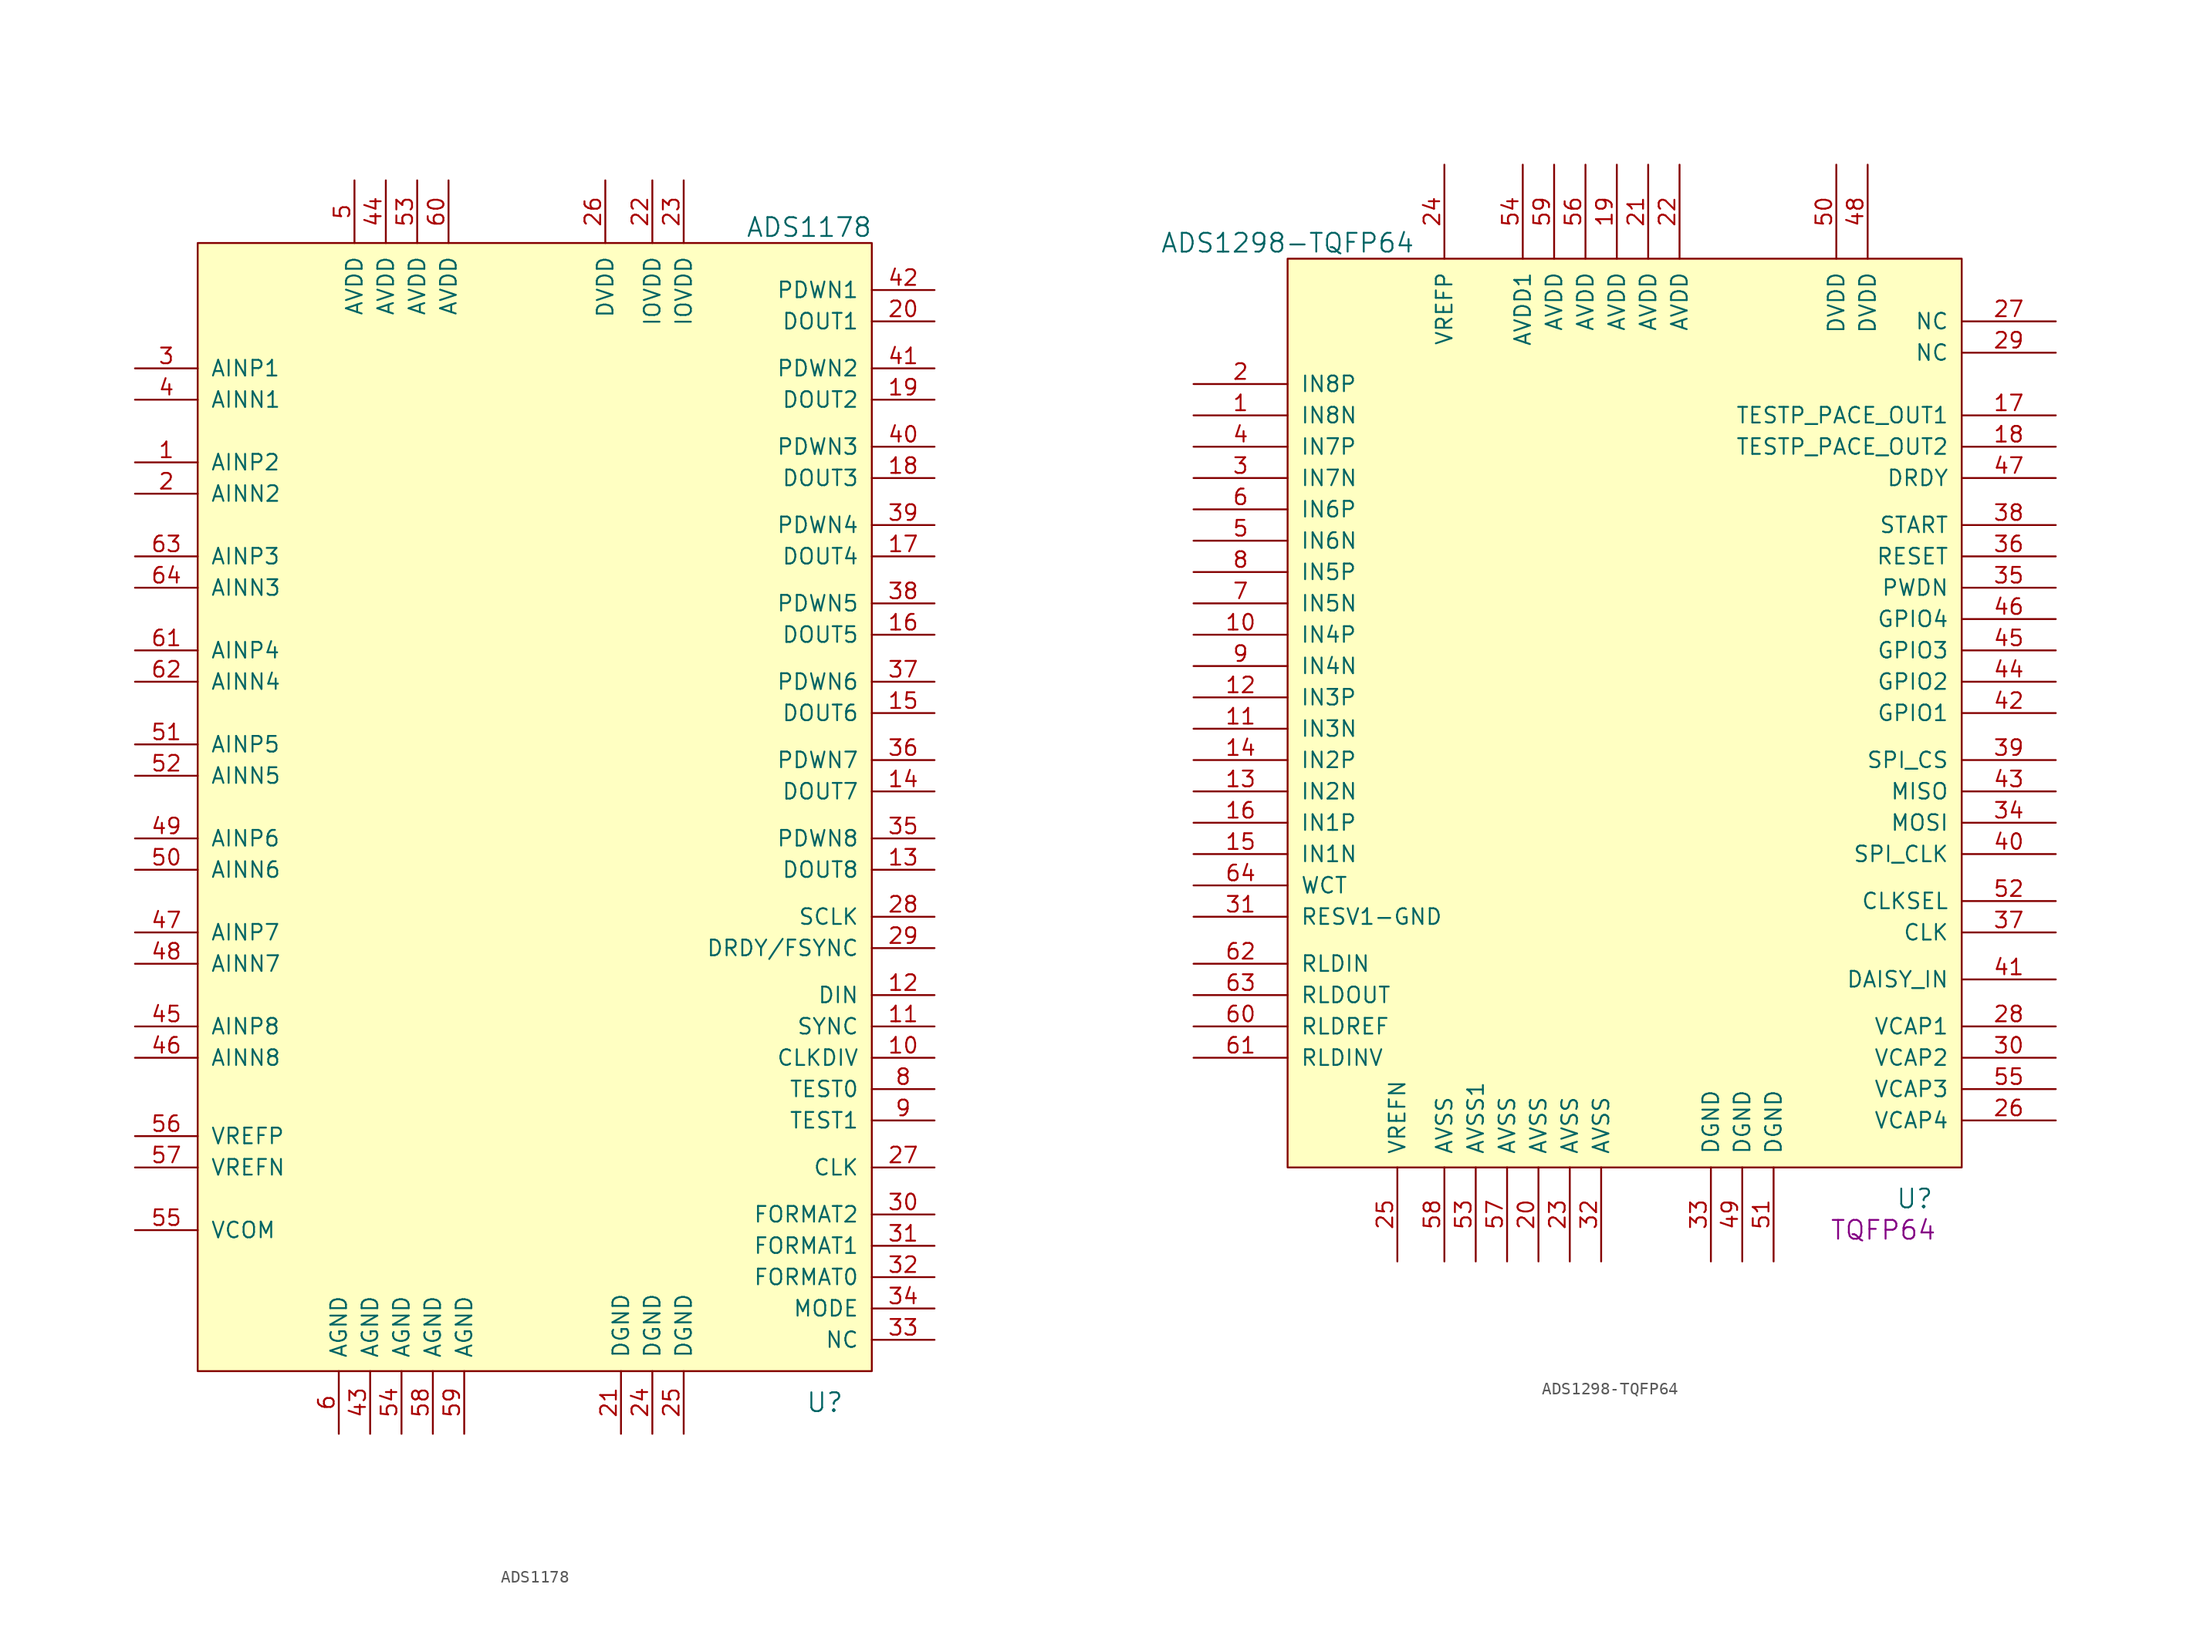
<source format=kicad_sym>
(kicad_symbol_lib
  (version 20211014)
  (generator kicad_symbol_editor)
  (symbol "ADS1178"
    (pin_names
      (offset 1.016))
    (property "Reference" "U"
      (at 25.4 -48.26 0)
      (effects (font (size 1.524 1.524))))
    (property "Value" "ADS1178"
      (at 24.13 46.99 0)
      (effects (font (size 1.524 1.524))))
    (symbol "ADS1178_0_1"
      (rectangle (start -25.4 45.72) (end 29.21 -45.72) (stroke (width 0) (type default) (color 0 0 0 0)) (fill (type background))))
    (symbol "ADS1178_1_1"
      (pin input line (at -30.48 27.94 0) (length 5.08) (name "AINP2" (effects (font (size 1.27 1.27)))) (number "1" (effects (font (size 1.27 1.27)))))
      (pin input line (at 34.29 -20.32 180) (length 5.08) (name "CLKDIV" (effects (font (size 1.27 1.27)))) (number "10" (effects (font (size 1.27 1.27)))))
      (pin input line (at 34.29 -17.78 180) (length 5.08) (name "SYNC" (effects (font (size 1.27 1.27)))) (number "11" (effects (font (size 1.27 1.27)))))
      (pin input line (at 34.29 -15.24 180) (length 5.08) (name "DIN" (effects (font (size 1.27 1.27)))) (number "12" (effects (font (size 1.27 1.27)))))
      (pin output line (at 34.29 -5.08 180) (length 5.08) (name "DOUT8" (effects (font (size 1.27 1.27)))) (number "13" (effects (font (size 1.27 1.27)))))
      (pin output line (at 34.29 1.27 180) (length 5.08) (name "DOUT7" (effects (font (size 1.27 1.27)))) (number "14" (effects (font (size 1.27 1.27)))))
      (pin output line (at 34.29 7.62 180) (length 5.08) (name "DOUT6" (effects (font (size 1.27 1.27)))) (number "15" (effects (font (size 1.27 1.27)))))
      (pin output line (at 34.29 13.97 180) (length 5.08) (name "DOUT5" (effects (font (size 1.27 1.27)))) (number "16" (effects (font (size 1.27 1.27)))))
      (pin input line (at 34.29 20.32 180) (length 5.08) (name "DOUT4" (effects (font (size 1.27 1.27)))) (number "17" (effects (font (size 1.27 1.27)))))
      (pin input line (at 34.29 26.67 180) (length 5.08) (name "DOUT3" (effects (font (size 1.27 1.27)))) (number "18" (effects (font (size 1.27 1.27)))))
      (pin input line (at 34.29 33.02 180) (length 5.08) (name "DOUT2" (effects (font (size 1.27 1.27)))) (number "19" (effects (font (size 1.27 1.27)))))
      (pin input line (at -30.48 25.4 0) (length 5.08) (name "AINN2" (effects (font (size 1.27 1.27)))) (number "2" (effects (font (size 1.27 1.27)))))
      (pin input line (at 34.29 39.37 180) (length 5.08) (name "DOUT1" (effects (font (size 1.27 1.27)))) (number "20" (effects (font (size 1.27 1.27)))))
      (pin input line (at 8.89 -50.8 90) (length 5.08) (name "DGND" (effects (font (size 1.27 1.27)))) (number "21" (effects (font (size 1.27 1.27)))))
      (pin input line (at 11.43 50.8 270) (length 5.08) (name "IOVDD" (effects (font (size 1.27 1.27)))) (number "22" (effects (font (size 1.27 1.27)))))
      (pin input line (at 13.97 50.8 270) (length 5.08) (name "IOVDD" (effects (font (size 1.27 1.27)))) (number "23" (effects (font (size 1.27 1.27)))))
      (pin input line (at 11.43 -50.8 90) (length 5.08) (name "DGND" (effects (font (size 1.27 1.27)))) (number "24" (effects (font (size 1.27 1.27)))))
      (pin input line (at 13.97 -50.8 90) (length 5.08) (name "DGND" (effects (font (size 1.27 1.27)))) (number "25" (effects (font (size 1.27 1.27)))))
      (pin input line (at 7.62 50.8 270) (length 5.08) (name "DVDD" (effects (font (size 1.27 1.27)))) (number "26" (effects (font (size 1.27 1.27)))))
      (pin input line (at 34.29 -29.21 180) (length 5.08) (name "CLK" (effects (font (size 1.27 1.27)))) (number "27" (effects (font (size 1.27 1.27)))))
      (pin input line (at 34.29 -8.89 180) (length 5.08) (name "SCLK" (effects (font (size 1.27 1.27)))) (number "28" (effects (font (size 1.27 1.27)))))
      (pin input line (at 34.29 -11.43 180) (length 5.08) (name "DRDY/FSYNC" (effects (font (size 1.27 1.27)))) (number "29" (effects (font (size 1.27 1.27)))))
      (pin input line (at -30.48 35.56 0) (length 5.08) (name "AINP1" (effects (font (size 1.27 1.27)))) (number "3" (effects (font (size 1.27 1.27)))))
      (pin input line (at 34.29 -33.02 180) (length 5.08) (name "FORMAT2" (effects (font (size 1.27 1.27)))) (number "30" (effects (font (size 1.27 1.27)))))
      (pin input line (at 34.29 -35.56 180) (length 5.08) (name "FORMAT1" (effects (font (size 1.27 1.27)))) (number "31" (effects (font (size 1.27 1.27)))))
      (pin input line (at 34.29 -38.1 180) (length 5.08) (name "FORMAT0" (effects (font (size 1.27 1.27)))) (number "32" (effects (font (size 1.27 1.27)))))
      (pin input line (at 34.29 -43.18 180) (length 5.08) (name "NC" (effects (font (size 1.27 1.27)))) (number "33" (effects (font (size 1.27 1.27)))))
      (pin input line (at 34.29 -40.64 180) (length 5.08) (name "MODE" (effects (font (size 1.27 1.27)))) (number "34" (effects (font (size 1.27 1.27)))))
      (pin input line (at 34.29 -2.54 180) (length 5.08) (name "PDWN8" (effects (font (size 1.27 1.27)))) (number "35" (effects (font (size 1.27 1.27)))))
      (pin input line (at 34.29 3.81 180) (length 5.08) (name "PDWN7" (effects (font (size 1.27 1.27)))) (number "36" (effects (font (size 1.27 1.27)))))
      (pin input line (at 34.29 10.16 180) (length 5.08) (name "PDWN6" (effects (font (size 1.27 1.27)))) (number "37" (effects (font (size 1.27 1.27)))))
      (pin input line (at 34.29 16.51 180) (length 5.08) (name "PDWN5" (effects (font (size 1.27 1.27)))) (number "38" (effects (font (size 1.27 1.27)))))
      (pin input line (at 34.29 22.86 180) (length 5.08) (name "PDWN4" (effects (font (size 1.27 1.27)))) (number "39" (effects (font (size 1.27 1.27)))))
      (pin input line (at -30.48 33.02 0) (length 5.08) (name "AINN1" (effects (font (size 1.27 1.27)))) (number "4" (effects (font (size 1.27 1.27)))))
      (pin input line (at 34.29 29.21 180) (length 5.08) (name "PDWN3" (effects (font (size 1.27 1.27)))) (number "40" (effects (font (size 1.27 1.27)))))
      (pin input line (at 34.29 35.56 180) (length 5.08) (name "PDWN2" (effects (font (size 1.27 1.27)))) (number "41" (effects (font (size 1.27 1.27)))))
      (pin input line (at 34.29 41.91 180) (length 5.08) (name "PDWN1" (effects (font (size 1.27 1.27)))) (number "42" (effects (font (size 1.27 1.27)))))
      (pin input line (at -11.43 -50.8 90) (length 5.08) (name "AGND" (effects (font (size 1.27 1.27)))) (number "43" (effects (font (size 1.27 1.27)))))
      (pin input line (at -10.16 50.8 270) (length 5.08) (name "AVDD" (effects (font (size 1.27 1.27)))) (number "44" (effects (font (size 1.27 1.27)))))
      (pin input line (at -30.48 -17.78 0) (length 5.08) (name "AINP8" (effects (font (size 1.27 1.27)))) (number "45" (effects (font (size 1.27 1.27)))))
      (pin input line (at -30.48 -20.32 0) (length 5.08) (name "AINN8" (effects (font (size 1.27 1.27)))) (number "46" (effects (font (size 1.27 1.27)))))
      (pin input line (at -30.48 -10.16 0) (length 5.08) (name "AINP7" (effects (font (size 1.27 1.27)))) (number "47" (effects (font (size 1.27 1.27)))))
      (pin input line (at -30.48 -12.7 0) (length 5.08) (name "AINN7" (effects (font (size 1.27 1.27)))) (number "48" (effects (font (size 1.27 1.27)))))
      (pin input line (at -30.48 -2.54 0) (length 5.08) (name "AINP6" (effects (font (size 1.27 1.27)))) (number "49" (effects (font (size 1.27 1.27)))))
      (pin input line (at -12.7 50.8 270) (length 5.08) (name "AVDD" (effects (font (size 1.27 1.27)))) (number "5" (effects (font (size 1.27 1.27)))))
      (pin input line (at -30.48 -5.08 0) (length 5.08) (name "AINN6" (effects (font (size 1.27 1.27)))) (number "50" (effects (font (size 1.27 1.27)))))
      (pin input line (at -30.48 5.08 0) (length 5.08) (name "AINP5" (effects (font (size 1.27 1.27)))) (number "51" (effects (font (size 1.27 1.27)))))
      (pin input line (at -30.48 2.54 0) (length 5.08) (name "AINN5" (effects (font (size 1.27 1.27)))) (number "52" (effects (font (size 1.27 1.27)))))
      (pin input line (at -7.62 50.8 270) (length 5.08) (name "AVDD" (effects (font (size 1.27 1.27)))) (number "53" (effects (font (size 1.27 1.27)))))
      (pin input line (at -8.89 -50.8 90) (length 5.08) (name "AGND" (effects (font (size 1.27 1.27)))) (number "54" (effects (font (size 1.27 1.27)))))
      (pin output line (at -30.48 -34.29 0) (length 5.08) (name "VCOM" (effects (font (size 1.27 1.27)))) (number "55" (effects (font (size 1.27 1.27)))))
      (pin input line (at -30.48 -26.67 0) (length 5.08) (name "VREFP" (effects (font (size 1.27 1.27)))) (number "56" (effects (font (size 1.27 1.27)))))
      (pin input line (at -30.48 -29.21 0) (length 5.08) (name "VREFN" (effects (font (size 1.27 1.27)))) (number "57" (effects (font (size 1.27 1.27)))))
      (pin input line (at -6.35 -50.8 90) (length 5.08) (name "AGND" (effects (font (size 1.27 1.27)))) (number "58" (effects (font (size 1.27 1.27)))))
      (pin input line (at -3.81 -50.8 90) (length 5.08) (name "AGND" (effects (font (size 1.27 1.27)))) (number "59" (effects (font (size 1.27 1.27)))))
      (pin input line (at -13.97 -50.8 90) (length 5.08) (name "AGND" (effects (font (size 1.27 1.27)))) (number "6" (effects (font (size 1.27 1.27)))))
      (pin input line (at -5.08 50.8 270) (length 5.08) (name "AVDD" (effects (font (size 1.27 1.27)))) (number "60" (effects (font (size 1.27 1.27)))))
      (pin input line (at -30.48 12.7 0) (length 5.08) (name "AINP4" (effects (font (size 1.27 1.27)))) (number "61" (effects (font (size 1.27 1.27)))))
      (pin input line (at -30.48 10.16 0) (length 5.08) (name "AINN4" (effects (font (size 1.27 1.27)))) (number "62" (effects (font (size 1.27 1.27)))))
      (pin input line (at -30.48 20.32 0) (length 5.08) (name "AINP3" (effects (font (size 1.27 1.27)))) (number "63" (effects (font (size 1.27 1.27)))))
      (pin input line (at -30.48 17.78 0) (length 5.08) (name "AINN3" (effects (font (size 1.27 1.27)))) (number "64" (effects (font (size 1.27 1.27)))))
      (pin input line (at 34.29 -22.86 180) (length 5.08) (name "TEST0" (effects (font (size 1.27 1.27)))) (number "8" (effects (font (size 1.27 1.27)))))
      (pin input line (at 34.29 -25.4 180) (length 5.08) (name "TEST1" (effects (font (size 1.27 1.27)))) (number "9" (effects (font (size 1.27 1.27)))))))
  (symbol "ADS1298-TQFP64"
    (pin_names
      (offset 1.016))
    (property "Reference" "U"
      (at 24.13 -38.1 0)
      (effects (font (size 1.524 1.524))))
    (property "Value" "ADS1298-TQFP64"
      (at -26.67 39.37 0)
      (effects (font (size 1.524 1.524))))
    (property "Footprint" "TQFP64"
      (at 21.59 -40.64 0)
      (effects (font (size 1.524 1.524))))
    (property "Datasheet" ""
      (at 0 0 0)
      (effects (font (size 1.524 1.524))))
    (symbol "ADS1298-TQFP64_0_1"
      (rectangle (start 27.94 38.1) (end -26.67 -35.56) (stroke (width 0) (type default) (color 0 0 0 0)) (fill (type background))))
    (symbol "ADS1298-TQFP64_1_1"
      (pin input line (at -34.29 25.4 0) (length 7.62) (name "IN8N" (effects (font (size 1.27 1.27)))) (number "1" (effects (font (size 1.27 1.27)))))
      (pin input line (at -34.29 7.62 0) (length 7.62) (name "IN4P" (effects (font (size 1.27 1.27)))) (number "10" (effects (font (size 1.27 1.27)))))
      (pin input line (at -34.29 0 0) (length 7.62) (name "IN3N" (effects (font (size 1.27 1.27)))) (number "11" (effects (font (size 1.27 1.27)))))
      (pin input line (at -34.29 2.54 0) (length 7.62) (name "IN3P" (effects (font (size 1.27 1.27)))) (number "12" (effects (font (size 1.27 1.27)))))
      (pin input line (at -34.29 -5.08 0) (length 7.62) (name "IN2N" (effects (font (size 1.27 1.27)))) (number "13" (effects (font (size 1.27 1.27)))))
      (pin input line (at -34.29 -2.54 0) (length 7.62) (name "IN2P" (effects (font (size 1.27 1.27)))) (number "14" (effects (font (size 1.27 1.27)))))
      (pin input line (at -34.29 -10.16 0) (length 7.62) (name "IN1N" (effects (font (size 1.27 1.27)))) (number "15" (effects (font (size 1.27 1.27)))))
      (pin input line (at -34.29 -7.62 0) (length 7.62) (name "IN1P" (effects (font (size 1.27 1.27)))) (number "16" (effects (font (size 1.27 1.27)))))
      (pin input line (at 35.56 25.4 180) (length 7.62) (name "TESTP_PACE_OUT1" (effects (font (size 1.27 1.27)))) (number "17" (effects (font (size 1.27 1.27)))))
      (pin input line (at 35.56 22.86 180) (length 7.62) (name "TESTP_PACE_OUT2" (effects (font (size 1.27 1.27)))) (number "18" (effects (font (size 1.27 1.27)))))
      (pin input line (at 0 45.72 270) (length 7.62) (name "AVDD" (effects (font (size 1.27 1.27)))) (number "19" (effects (font (size 1.27 1.27)))))
      (pin input line (at -34.29 27.94 0) (length 7.62) (name "IN8P" (effects (font (size 1.27 1.27)))) (number "2" (effects (font (size 1.27 1.27)))))
      (pin input line (at -6.35 -43.18 90) (length 7.62) (name "AVSS" (effects (font (size 1.27 1.27)))) (number "20" (effects (font (size 1.27 1.27)))))
      (pin input line (at 2.54 45.72 270) (length 7.62) (name "AVDD" (effects (font (size 1.27 1.27)))) (number "21" (effects (font (size 1.27 1.27)))))
      (pin input line (at 5.08 45.72 270) (length 7.62) (name "AVDD" (effects (font (size 1.27 1.27)))) (number "22" (effects (font (size 1.27 1.27)))))
      (pin input line (at -3.81 -43.18 90) (length 7.62) (name "AVSS" (effects (font (size 1.27 1.27)))) (number "23" (effects (font (size 1.27 1.27)))))
      (pin input line (at -13.97 45.72 270) (length 7.62) (name "VREFP" (effects (font (size 1.27 1.27)))) (number "24" (effects (font (size 1.27 1.27)))))
      (pin input line (at -17.78 -43.18 90) (length 7.62) (name "VREFN" (effects (font (size 1.27 1.27)))) (number "25" (effects (font (size 1.27 1.27)))))
      (pin input line (at 35.56 -31.75 180) (length 7.62) (name "VCAP4" (effects (font (size 1.27 1.27)))) (number "26" (effects (font (size 1.27 1.27)))))
      (pin input line (at 35.56 33.02 180) (length 7.62) (name "NC" (effects (font (size 1.27 1.27)))) (number "27" (effects (font (size 1.27 1.27)))))
      (pin input line (at 35.56 -24.13 180) (length 7.62) (name "VCAP1" (effects (font (size 1.27 1.27)))) (number "28" (effects (font (size 1.27 1.27)))))
      (pin input line (at 35.56 30.48 180) (length 7.62) (name "NC" (effects (font (size 1.27 1.27)))) (number "29" (effects (font (size 1.27 1.27)))))
      (pin input line (at -34.29 20.32 0) (length 7.62) (name "IN7N" (effects (font (size 1.27 1.27)))) (number "3" (effects (font (size 1.27 1.27)))))
      (pin input line (at 35.56 -26.67 180) (length 7.62) (name "VCAP2" (effects (font (size 1.27 1.27)))) (number "30" (effects (font (size 1.27 1.27)))))
      (pin bidirectional line (at -34.29 -15.24 0) (length 7.62) (name "RESV1-GND" (effects (font (size 1.27 1.27)))) (number "31" (effects (font (size 1.27 1.27)))))
      (pin input line (at -1.27 -43.18 90) (length 7.62) (name "AVSS" (effects (font (size 1.27 1.27)))) (number "32" (effects (font (size 1.27 1.27)))))
      (pin input line (at 7.62 -43.18 90) (length 7.62) (name "DGND" (effects (font (size 1.27 1.27)))) (number "33" (effects (font (size 1.27 1.27)))))
      (pin input line (at 35.56 -7.62 180) (length 7.62) (name "MOSI" (effects (font (size 1.27 1.27)))) (number "34" (effects (font (size 1.27 1.27)))))
      (pin input line (at 35.56 11.43 180) (length 7.62) (name "PWDN" (effects (font (size 1.27 1.27)))) (number "35" (effects (font (size 1.27 1.27)))))
      (pin input line (at 35.56 13.97 180) (length 7.62) (name "RESET" (effects (font (size 1.27 1.27)))) (number "36" (effects (font (size 1.27 1.27)))))
      (pin input line (at 35.56 -16.51 180) (length 7.62) (name "CLK" (effects (font (size 1.27 1.27)))) (number "37" (effects (font (size 1.27 1.27)))))
      (pin input line (at 35.56 16.51 180) (length 7.62) (name "START" (effects (font (size 1.27 1.27)))) (number "38" (effects (font (size 1.27 1.27)))))
      (pin input line (at 35.56 -2.54 180) (length 7.62) (name "SPI_CS" (effects (font (size 1.27 1.27)))) (number "39" (effects (font (size 1.27 1.27)))))
      (pin input line (at -34.29 22.86 0) (length 7.62) (name "IN7P" (effects (font (size 1.27 1.27)))) (number "4" (effects (font (size 1.27 1.27)))))
      (pin input line (at 35.56 -10.16 180) (length 7.62) (name "SPI_CLK" (effects (font (size 1.27 1.27)))) (number "40" (effects (font (size 1.27 1.27)))))
      (pin input line (at 35.56 -20.32 180) (length 7.62) (name "DAISY_IN" (effects (font (size 1.27 1.27)))) (number "41" (effects (font (size 1.27 1.27)))))
      (pin input line (at 35.56 1.27 180) (length 7.62) (name "GPIO1" (effects (font (size 1.27 1.27)))) (number "42" (effects (font (size 1.27 1.27)))))
      (pin input line (at 35.56 -5.08 180) (length 7.62) (name "MISO" (effects (font (size 1.27 1.27)))) (number "43" (effects (font (size 1.27 1.27)))))
      (pin input line (at 35.56 3.81 180) (length 7.62) (name "GPIO2" (effects (font (size 1.27 1.27)))) (number "44" (effects (font (size 1.27 1.27)))))
      (pin input line (at 35.56 6.35 180) (length 7.62) (name "GPIO3" (effects (font (size 1.27 1.27)))) (number "45" (effects (font (size 1.27 1.27)))))
      (pin input line (at 35.56 8.89 180) (length 7.62) (name "GPIO4" (effects (font (size 1.27 1.27)))) (number "46" (effects (font (size 1.27 1.27)))))
      (pin input line (at 35.56 20.32 180) (length 7.62) (name "DRDY" (effects (font (size 1.27 1.27)))) (number "47" (effects (font (size 1.27 1.27)))))
      (pin input line (at 20.32 45.72 270) (length 7.62) (name "DVDD" (effects (font (size 1.27 1.27)))) (number "48" (effects (font (size 1.27 1.27)))))
      (pin input line (at 10.16 -43.18 90) (length 7.62) (name "DGND" (effects (font (size 1.27 1.27)))) (number "49" (effects (font (size 1.27 1.27)))))
      (pin input line (at -34.29 15.24 0) (length 7.62) (name "IN6N" (effects (font (size 1.27 1.27)))) (number "5" (effects (font (size 1.27 1.27)))))
      (pin input line (at 17.78 45.72 270) (length 7.62) (name "DVDD" (effects (font (size 1.27 1.27)))) (number "50" (effects (font (size 1.27 1.27)))))
      (pin input line (at 12.7 -43.18 90) (length 7.62) (name "DGND" (effects (font (size 1.27 1.27)))) (number "51" (effects (font (size 1.27 1.27)))))
      (pin input line (at 35.56 -13.97 180) (length 7.62) (name "CLKSEL" (effects (font (size 1.27 1.27)))) (number "52" (effects (font (size 1.27 1.27)))))
      (pin input line (at -11.43 -43.18 90) (length 7.62) (name "AVSS1" (effects (font (size 1.27 1.27)))) (number "53" (effects (font (size 1.27 1.27)))))
      (pin input line (at -7.62 45.72 270) (length 7.62) (name "AVDD1" (effects (font (size 1.27 1.27)))) (number "54" (effects (font (size 1.27 1.27)))))
      (pin input line (at 35.56 -29.21 180) (length 7.62) (name "VCAP3" (effects (font (size 1.27 1.27)))) (number "55" (effects (font (size 1.27 1.27)))))
      (pin input line (at -2.54 45.72 270) (length 7.62) (name "AVDD" (effects (font (size 1.27 1.27)))) (number "56" (effects (font (size 1.27 1.27)))))
      (pin input line (at -8.89 -43.18 90) (length 7.62) (name "AVSS" (effects (font (size 1.27 1.27)))) (number "57" (effects (font (size 1.27 1.27)))))
      (pin input line (at -13.97 -43.18 90) (length 7.62) (name "AVSS" (effects (font (size 1.27 1.27)))) (number "58" (effects (font (size 1.27 1.27)))))
      (pin input line (at -5.08 45.72 270) (length 7.62) (name "AVDD" (effects (font (size 1.27 1.27)))) (number "59" (effects (font (size 1.27 1.27)))))
      (pin input line (at -34.29 17.78 0) (length 7.62) (name "IN6P" (effects (font (size 1.27 1.27)))) (number "6" (effects (font (size 1.27 1.27)))))
      (pin input line (at -34.29 -24.13 0) (length 7.62) (name "RLDREF" (effects (font (size 1.27 1.27)))) (number "60" (effects (font (size 1.27 1.27)))))
      (pin input line (at -34.29 -26.67 0) (length 7.62) (name "RLDINV" (effects (font (size 1.27 1.27)))) (number "61" (effects (font (size 1.27 1.27)))))
      (pin input line (at -34.29 -19.05 0) (length 7.62) (name "RLDIN" (effects (font (size 1.27 1.27)))) (number "62" (effects (font (size 1.27 1.27)))))
      (pin input line (at -34.29 -21.59 0) (length 7.62) (name "RLDOUT" (effects (font (size 1.27 1.27)))) (number "63" (effects (font (size 1.27 1.27)))))
      (pin input line (at -34.29 -12.7 0) (length 7.62) (name "WCT" (effects (font (size 1.27 1.27)))) (number "64" (effects (font (size 1.27 1.27)))))
      (pin input line (at -34.29 10.16 0) (length 7.62) (name "IN5N" (effects (font (size 1.27 1.27)))) (number "7" (effects (font (size 1.27 1.27)))))
      (pin input line (at -34.29 12.7 0) (length 7.62) (name "IN5P" (effects (font (size 1.27 1.27)))) (number "8" (effects (font (size 1.27 1.27)))))
      (pin input line (at -34.29 5.08 0) (length 7.62) (name "IN4N" (effects (font (size 1.27 1.27)))) (number "9" (effects (font (size 1.27 1.27))))))))
</source>
